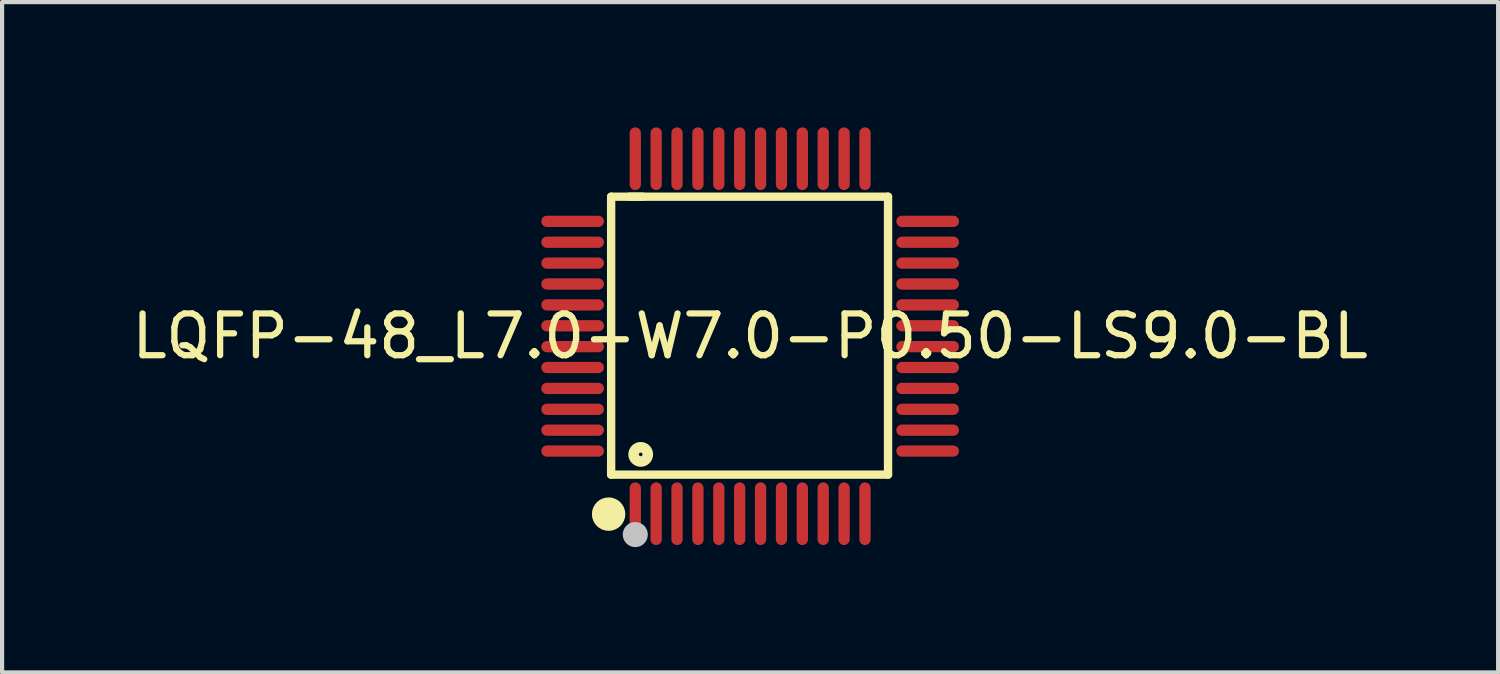
<source format=kicad_pcb>
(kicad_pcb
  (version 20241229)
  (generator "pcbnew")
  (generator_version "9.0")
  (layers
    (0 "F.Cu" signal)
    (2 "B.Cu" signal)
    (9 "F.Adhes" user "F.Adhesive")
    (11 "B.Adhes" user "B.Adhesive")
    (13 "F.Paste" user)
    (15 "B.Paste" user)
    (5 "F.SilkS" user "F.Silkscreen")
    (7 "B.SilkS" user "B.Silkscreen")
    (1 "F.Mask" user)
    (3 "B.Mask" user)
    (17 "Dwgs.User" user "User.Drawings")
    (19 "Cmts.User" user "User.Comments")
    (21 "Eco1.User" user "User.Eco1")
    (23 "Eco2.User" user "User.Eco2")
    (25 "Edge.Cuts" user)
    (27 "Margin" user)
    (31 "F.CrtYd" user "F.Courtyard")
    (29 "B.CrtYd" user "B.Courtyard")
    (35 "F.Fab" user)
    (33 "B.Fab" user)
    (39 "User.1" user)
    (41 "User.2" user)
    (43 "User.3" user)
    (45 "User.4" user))
  (footprint "LQFP-48_L7.0-W7.0-P0.50-LS9.0-BL"
    (layer "F.Cu")
    (at 14.911 5)
    (property "Reference" "LQFP-48_L7.0-W7.0-P0.50-LS9.0-BL" (at 0 0 0) (layer "F.SilkS") (effects (font (size 1 1) (thickness 0.15))))
    (fp_line (start -3.328 -3.34) (end -2.566 -3.34) (stroke (width 0.2) (type default)) (layer "F.SilkS"))
    (fp_line (start -3.328 3.314) (end -3.328 -3.34) (stroke (width 0.2) (type default)) (layer "F.SilkS"))
    (fp_line (start -2.896 -3.34) (end 3.302 -3.34) (stroke (width 0.2) (type default)) (layer "F.SilkS"))
    (fp_line (start 3.302 -3.34) (end 3.302 3.314) (stroke (width 0.2) (type default)) (layer "F.SilkS"))
    (fp_line (start 3.302 3.314) (end -3.328 3.314) (stroke (width 0.2) (type default)) (layer "F.SilkS"))
    (fp_arc (start -3.3875 4.06) (mid -3.38825 4.460002) (end -3.39 4.06) (stroke (width 0.4) (type default)) (layer "F.SilkS"))
    (fp_circle (center -2.62 2.83) (end -2.45 2.83) (stroke (width 0.254) (type default)) (fill no) (layer "F.SilkS"))
    (fp_circle (center -2.75 4.75) (end -2.6 4.75) (stroke (width 0.3) (type default)) (fill no) (layer "Dwgs.User"))
    (fp_poly (pts (xy -4.5 -2.865) (xy -3.8 -2.865) (xy -3.8 -2.635) (xy -4.5 -2.635)) (stroke (width 0.1) (type default)) (fill no) (layer "User.1"))
    (fp_poly (pts (xy -4.5 -2.365) (xy -3.8 -2.365) (xy -3.8 -2.135) (xy -4.5 -2.135)) (stroke (width 0.1) (type default)) (fill no) (layer "User.1"))
    (fp_poly (pts (xy -4.5 -1.865) (xy -3.8 -1.865) (xy -3.8 -1.635) (xy -4.5 -1.635)) (stroke (width 0.1) (type default)) (fill no) (layer "User.1"))
    (fp_poly (pts (xy -4.5 -1.365) (xy -3.8 -1.365) (xy -3.8 -1.135) (xy -4.5 -1.135)) (stroke (width 0.1) (type default)) (fill no) (layer "User.1"))
    (fp_poly (pts (xy -4.5 -0.865) (xy -3.8 -0.865) (xy -3.8 -0.635) (xy -4.5 -0.635)) (stroke (width 0.1) (type default)) (fill no) (layer "User.1"))
    (fp_poly (pts (xy -4.5 -0.365) (xy -3.8 -0.365) (xy -3.8 -0.135) (xy -4.5 -0.135)) (stroke (width 0.1) (type default)) (fill no) (layer "User.1"))
    (fp_poly (pts (xy -4.5 0.135) (xy -3.8 0.135) (xy -3.8 0.365) (xy -4.5 0.365)) (stroke (width 0.1) (type default)) (fill no) (layer "User.1"))
    (fp_poly (pts (xy -4.5 0.635) (xy -3.8 0.635) (xy -3.8 0.865) (xy -4.5 0.865)) (stroke (width 0.1) (type default)) (fill no) (layer "User.1"))
    (fp_poly (pts (xy -4.5 1.135) (xy -3.8 1.135) (xy -3.8 1.365) (xy -4.5 1.365)) (stroke (width 0.1) (type default)) (fill no) (layer "User.1"))
    (fp_poly (pts (xy -4.5 1.635) (xy -3.8 1.635) (xy -3.8 1.865) (xy -4.5 1.865)) (stroke (width 0.1) (type default)) (fill no) (layer "User.1"))
    (fp_poly (pts (xy -4.5 2.135) (xy -3.8 2.135) (xy -3.8 2.365) (xy -4.5 2.365)) (stroke (width 0.1) (type default)) (fill no) (layer "User.1"))
    (fp_poly (pts (xy -4.5 2.635) (xy -3.8 2.635) (xy -3.8 2.865) (xy -4.5 2.865)) (stroke (width 0.1) (type default)) (fill no) (layer "User.1"))
    (fp_poly (pts (xy -3.81 -2.865) (xy -3.49 -2.865) (xy -3.49 -2.635) (xy -3.81 -2.635)) (stroke (width 0.1) (type default)) (fill no) (layer "User.1"))
    (fp_poly (pts (xy -3.81 -2.365) (xy -3.49 -2.365) (xy -3.49 -2.135) (xy -3.81 -2.135)) (stroke (width 0.1) (type default)) (fill no) (layer "User.1"))
    (fp_poly (pts (xy -3.81 -1.865) (xy -3.49 -1.865) (xy -3.49 -1.635) (xy -3.81 -1.635)) (stroke (width 0.1) (type default)) (fill no) (layer "User.1"))
    (fp_poly (pts (xy -3.81 -1.365) (xy -3.49 -1.365) (xy -3.49 -1.135) (xy -3.81 -1.135)) (stroke (width 0.1) (type default)) (fill no) (layer "User.1"))
    (fp_poly (pts (xy -3.81 -0.865) (xy -3.49 -0.865) (xy -3.49 -0.635) (xy -3.81 -0.635)) (stroke (width 0.1) (type default)) (fill no) (layer "User.1"))
    (fp_poly (pts (xy -3.81 -0.365) (xy -3.49 -0.365) (xy -3.49 -0.135) (xy -3.81 -0.135)) (stroke (width 0.1) (type default)) (fill no) (layer "User.1"))
    (fp_poly (pts (xy -3.81 0.135) (xy -3.49 0.135) (xy -3.49 0.365) (xy -3.81 0.365)) (stroke (width 0.1) (type default)) (fill no) (layer "User.1"))
    (fp_poly (pts (xy -3.81 0.635) (xy -3.49 0.635) (xy -3.49 0.865) (xy -3.81 0.865)) (stroke (width 0.1) (type default)) (fill no) (layer "User.1"))
    (fp_poly (pts (xy -3.81 1.135) (xy -3.49 1.135) (xy -3.49 1.365) (xy -3.81 1.365)) (stroke (width 0.1) (type default)) (fill no) (layer "User.1"))
    (fp_poly (pts (xy -3.81 1.635) (xy -3.49 1.635) (xy -3.49 1.865) (xy -3.81 1.865)) (stroke (width 0.1) (type default)) (fill no) (layer "User.1"))
    (fp_poly (pts (xy -3.81 2.135) (xy -3.49 2.135) (xy -3.49 2.365) (xy -3.81 2.365)) (stroke (width 0.1) (type default)) (fill no) (layer "User.1"))
    (fp_poly (pts (xy -3.81 2.635) (xy -3.49 2.635) (xy -3.49 2.865) (xy -3.81 2.865)) (stroke (width 0.1) (type default)) (fill no) (layer "User.1"))
    (fp_poly (pts (xy -2.865 3.81) (xy -2.865 3.49) (xy -2.635 3.49) (xy -2.635 3.81)) (stroke (width 0.1) (type default)) (fill no) (layer "User.1"))
    (fp_poly (pts (xy -2.865 4.5) (xy -2.865 3.8) (xy -2.635 3.8) (xy -2.635 4.5)) (stroke (width 0.1) (type default)) (fill no) (layer "User.1"))
    (fp_poly (pts (xy -2.635 -4.5) (xy -2.635 -3.8) (xy -2.865 -3.8) (xy -2.865 -4.5)) (stroke (width 0.1) (type default)) (fill no) (layer "User.1"))
    (fp_poly (pts (xy -2.635 -3.81) (xy -2.635 -3.49) (xy -2.865 -3.49) (xy -2.865 -3.81)) (stroke (width 0.1) (type default)) (fill no) (layer "User.1"))
    (fp_poly (pts (xy -2.365 3.81) (xy -2.365 3.49) (xy -2.135 3.49) (xy -2.135 3.81)) (stroke (width 0.1) (type default)) (fill no) (layer "User.1"))
    (fp_poly (pts (xy -2.365 4.5) (xy -2.365 3.8) (xy -2.135 3.8) (xy -2.135 4.5)) (stroke (width 0.1) (type default)) (fill no) (layer "User.1"))
    (fp_poly (pts (xy -2.135 -4.5) (xy -2.135 -3.8) (xy -2.365 -3.8) (xy -2.365 -4.5)) (stroke (width 0.1) (type default)) (fill no) (layer "User.1"))
    (fp_poly (pts (xy -2.135 -3.81) (xy -2.135 -3.49) (xy -2.365 -3.49) (xy -2.365 -3.81)) (stroke (width 0.1) (type default)) (fill no) (layer "User.1"))
    (fp_poly (pts (xy -1.865 3.81) (xy -1.865 3.49) (xy -1.635 3.49) (xy -1.635 3.81)) (stroke (width 0.1) (type default)) (fill no) (layer "User.1"))
    (fp_poly (pts (xy -1.865 4.5) (xy -1.865 3.8) (xy -1.635 3.8) (xy -1.635 4.5)) (stroke (width 0.1) (type default)) (fill no) (layer "User.1"))
    (fp_poly (pts (xy -1.635 -4.5) (xy -1.635 -3.8) (xy -1.865 -3.8) (xy -1.865 -4.5)) (stroke (width 0.1) (type default)) (fill no) (layer "User.1"))
    (fp_poly (pts (xy -1.635 -3.81) (xy -1.635 -3.49) (xy -1.865 -3.49) (xy -1.865 -3.81)) (stroke (width 0.1) (type default)) (fill no) (layer "User.1"))
    (fp_poly (pts (xy -1.365 3.81) (xy -1.365 3.49) (xy -1.135 3.49) (xy -1.135 3.81)) (stroke (width 0.1) (type default)) (fill no) (layer "User.1"))
    (fp_poly (pts (xy -1.365 4.5) (xy -1.365 3.8) (xy -1.135 3.8) (xy -1.135 4.5)) (stroke (width 0.1) (type default)) (fill no) (layer "User.1"))
    (fp_poly (pts (xy -1.135 -4.5) (xy -1.135 -3.8) (xy -1.365 -3.8) (xy -1.365 -4.5)) (stroke (width 0.1) (type default)) (fill no) (layer "User.1"))
    (fp_poly (pts (xy -1.135 -3.81) (xy -1.135 -3.49) (xy -1.365 -3.49) (xy -1.365 -3.81)) (stroke (width 0.1) (type default)) (fill no) (layer "User.1"))
    (fp_poly (pts (xy -0.865 3.81) (xy -0.865 3.49) (xy -0.635 3.49) (xy -0.635 3.81)) (stroke (width 0.1) (type default)) (fill no) (layer "User.1"))
    (fp_poly (pts (xy -0.865 4.5) (xy -0.865 3.8) (xy -0.635 3.8) (xy -0.635 4.5)) (stroke (width 0.1) (type default)) (fill no) (layer "User.1"))
    (fp_poly (pts (xy -0.635 -4.5) (xy -0.635 -3.8) (xy -0.865 -3.8) (xy -0.865 -4.5)) (stroke (width 0.1) (type default)) (fill no) (layer "User.1"))
    (fp_poly (pts (xy -0.635 -3.81) (xy -0.635 -3.49) (xy -0.865 -3.49) (xy -0.865 -3.81)) (stroke (width 0.1) (type default)) (fill no) (layer "User.1"))
    (fp_poly (pts (xy -0.365 3.81) (xy -0.365 3.49) (xy -0.135 3.49) (xy -0.135 3.81)) (stroke (width 0.1) (type default)) (fill no) (layer "User.1"))
    (fp_poly (pts (xy -0.365 4.5) (xy -0.365 3.8) (xy -0.135 3.8) (xy -0.135 4.5)) (stroke (width 0.1) (type default)) (fill no) (layer "User.1"))
    (fp_poly (pts (xy -0.135 -4.5) (xy -0.135 -3.8) (xy -0.365 -3.8) (xy -0.365 -4.5)) (stroke (width 0.1) (type default)) (fill no) (layer "User.1"))
    (fp_poly (pts (xy -0.135 -3.81) (xy -0.135 -3.49) (xy -0.365 -3.49) (xy -0.365 -3.81)) (stroke (width 0.1) (type default)) (fill no) (layer "User.1"))
    (fp_poly (pts (xy 0.135 3.81) (xy 0.135 3.49) (xy 0.365 3.49) (xy 0.365 3.81)) (stroke (width 0.1) (type default)) (fill no) (layer "User.1"))
    (fp_poly (pts (xy 0.135 4.5) (xy 0.135 3.8) (xy 0.365 3.8) (xy 0.365 4.5)) (stroke (width 0.1) (type default)) (fill no) (layer "User.1"))
    (fp_poly (pts (xy 0.365 -4.5) (xy 0.365 -3.8) (xy 0.135 -3.8) (xy 0.135 -4.5)) (stroke (width 0.1) (type default)) (fill no) (layer "User.1"))
    (fp_poly (pts (xy 0.365 -3.81) (xy 0.365 -3.49) (xy 0.135 -3.49) (xy 0.135 -3.81)) (stroke (width 0.1) (type default)) (fill no) (layer "User.1"))
    (fp_poly (pts (xy 0.635 3.81) (xy 0.635 3.49) (xy 0.865 3.49) (xy 0.865 3.81)) (stroke (width 0.1) (type default)) (fill no) (layer "User.1"))
    (fp_poly (pts (xy 0.635 4.5) (xy 0.635 3.8) (xy 0.865 3.8) (xy 0.865 4.5)) (stroke (width 0.1) (type default)) (fill no) (layer "User.1"))
    (fp_poly (pts (xy 0.865 -4.5) (xy 0.865 -3.8) (xy 0.635 -3.8) (xy 0.635 -4.5)) (stroke (width 0.1) (type default)) (fill no) (layer "User.1"))
    (fp_poly (pts (xy 0.865 -3.81) (xy 0.865 -3.49) (xy 0.635 -3.49) (xy 0.635 -3.81)) (stroke (width 0.1) (type default)) (fill no) (layer "User.1"))
    (fp_poly (pts (xy 1.135 3.81) (xy 1.135 3.49) (xy 1.365 3.49) (xy 1.365 3.81)) (stroke (width 0.1) (type default)) (fill no) (layer "User.1"))
    (fp_poly (pts (xy 1.135 4.5) (xy 1.135 3.8) (xy 1.365 3.8) (xy 1.365 4.5)) (stroke (width 0.1) (type default)) (fill no) (layer "User.1"))
    (fp_poly (pts (xy 1.365 -4.5) (xy 1.365 -3.8) (xy 1.135 -3.8) (xy 1.135 -4.5)) (stroke (width 0.1) (type default)) (fill no) (layer "User.1"))
    (fp_poly (pts (xy 1.365 -3.81) (xy 1.365 -3.49) (xy 1.135 -3.49) (xy 1.135 -3.81)) (stroke (width 0.1) (type default)) (fill no) (layer "User.1"))
    (fp_poly (pts (xy 1.635 3.81) (xy 1.635 3.49) (xy 1.865 3.49) (xy 1.865 3.81)) (stroke (width 0.1) (type default)) (fill no) (layer "User.1"))
    (fp_poly (pts (xy 1.635 4.5) (xy 1.635 3.8) (xy 1.865 3.8) (xy 1.865 4.5)) (stroke (width 0.1) (type default)) (fill no) (layer "User.1"))
    (fp_poly (pts (xy 1.865 -4.5) (xy 1.865 -3.8) (xy 1.635 -3.8) (xy 1.635 -4.5)) (stroke (width 0.1) (type default)) (fill no) (layer "User.1"))
    (fp_poly (pts (xy 1.865 -3.81) (xy 1.865 -3.49) (xy 1.635 -3.49) (xy 1.635 -3.81)) (stroke (width 0.1) (type default)) (fill no) (layer "User.1"))
    (fp_poly (pts (xy 2.135 3.81) (xy 2.135 3.49) (xy 2.365 3.49) (xy 2.365 3.81)) (stroke (width 0.1) (type default)) (fill no) (layer "User.1"))
    (fp_poly (pts (xy 2.135 4.5) (xy 2.135 3.8) (xy 2.365 3.8) (xy 2.365 4.5)) (stroke (width 0.1) (type default)) (fill no) (layer "User.1"))
    (fp_poly (pts (xy 2.365 -4.5) (xy 2.365 -3.8) (xy 2.135 -3.8) (xy 2.135 -4.5)) (stroke (width 0.1) (type default)) (fill no) (layer "User.1"))
    (fp_poly (pts (xy 2.365 -3.81) (xy 2.365 -3.49) (xy 2.135 -3.49) (xy 2.135 -3.81)) (stroke (width 0.1) (type default)) (fill no) (layer "User.1"))
    (fp_poly (pts (xy 2.635 3.81) (xy 2.635 3.49) (xy 2.865 3.49) (xy 2.865 3.81)) (stroke (width 0.1) (type default)) (fill no) (layer "User.1"))
    (fp_poly (pts (xy 2.635 4.5) (xy 2.635 3.8) (xy 2.865 3.8) (xy 2.865 4.5)) (stroke (width 0.1) (type default)) (fill no) (layer "User.1"))
    (fp_poly (pts (xy 2.865 -4.5) (xy 2.865 -3.8) (xy 2.635 -3.8) (xy 2.635 -4.5)) (stroke (width 0.1) (type default)) (fill no) (layer "User.1"))
    (fp_poly (pts (xy 2.865 -3.81) (xy 2.865 -3.49) (xy 2.635 -3.49) (xy 2.635 -3.81)) (stroke (width 0.1) (type default)) (fill no) (layer "User.1"))
    (fp_poly (pts (xy 3.81 -2.635) (xy 3.49 -2.635) (xy 3.49 -2.865) (xy 3.81 -2.865)) (stroke (width 0.1) (type default)) (fill no) (layer "User.1"))
    (fp_poly (pts (xy 3.81 -2.135) (xy 3.49 -2.135) (xy 3.49 -2.365) (xy 3.81 -2.365)) (stroke (width 0.1) (type default)) (fill no) (layer "User.1"))
    (fp_poly (pts (xy 3.81 -1.635) (xy 3.49 -1.635) (xy 3.49 -1.865) (xy 3.81 -1.865)) (stroke (width 0.1) (type default)) (fill no) (layer "User.1"))
    (fp_poly (pts (xy 3.81 -1.135) (xy 3.49 -1.135) (xy 3.49 -1.365) (xy 3.81 -1.365)) (stroke (width 0.1) (type default)) (fill no) (layer "User.1"))
    (fp_poly (pts (xy 3.81 -0.635) (xy 3.49 -0.635) (xy 3.49 -0.865) (xy 3.81 -0.865)) (stroke (width 0.1) (type default)) (fill no) (layer "User.1"))
    (fp_poly (pts (xy 3.81 -0.135) (xy 3.49 -0.135) (xy 3.49 -0.365) (xy 3.81 -0.365)) (stroke (width 0.1) (type default)) (fill no) (layer "User.1"))
    (fp_poly (pts (xy 3.81 0.365) (xy 3.49 0.365) (xy 3.49 0.135) (xy 3.81 0.135)) (stroke (width 0.1) (type default)) (fill no) (layer "User.1"))
    (fp_poly (pts (xy 3.81 0.865) (xy 3.49 0.865) (xy 3.49 0.635) (xy 3.81 0.635)) (stroke (width 0.1) (type default)) (fill no) (layer "User.1"))
    (fp_poly (pts (xy 3.81 1.365) (xy 3.49 1.365) (xy 3.49 1.135) (xy 3.81 1.135)) (stroke (width 0.1) (type default)) (fill no) (layer "User.1"))
    (fp_poly (pts (xy 3.81 1.865) (xy 3.49 1.865) (xy 3.49 1.635) (xy 3.81 1.635)) (stroke (width 0.1) (type default)) (fill no) (layer "User.1"))
    (fp_poly (pts (xy 3.81 2.365) (xy 3.49 2.365) (xy 3.49 2.135) (xy 3.81 2.135)) (stroke (width 0.1) (type default)) (fill no) (layer "User.1"))
    (fp_poly (pts (xy 3.81 2.865) (xy 3.49 2.865) (xy 3.49 2.635) (xy 3.81 2.635)) (stroke (width 0.1) (type default)) (fill no) (layer "User.1"))
    (fp_poly (pts (xy 4.5 -2.635) (xy 3.8 -2.635) (xy 3.8 -2.865) (xy 4.5 -2.865)) (stroke (width 0.1) (type default)) (fill no) (layer "User.1"))
    (fp_poly (pts (xy 4.5 -2.135) (xy 3.8 -2.135) (xy 3.8 -2.365) (xy 4.5 -2.365)) (stroke (width 0.1) (type default)) (fill no) (layer "User.1"))
    (fp_poly (pts (xy 4.5 -1.635) (xy 3.8 -1.635) (xy 3.8 -1.865) (xy 4.5 -1.865)) (stroke (width 0.1) (type default)) (fill no) (layer "User.1"))
    (fp_poly (pts (xy 4.5 -1.135) (xy 3.8 -1.135) (xy 3.8 -1.365) (xy 4.5 -1.365)) (stroke (width 0.1) (type default)) (fill no) (layer "User.1"))
    (fp_poly (pts (xy 4.5 -0.635) (xy 3.8 -0.635) (xy 3.8 -0.865) (xy 4.5 -0.865)) (stroke (width 0.1) (type default)) (fill no) (layer "User.1"))
    (fp_poly (pts (xy 4.5 -0.135) (xy 3.8 -0.135) (xy 3.8 -0.365) (xy 4.5 -0.365)) (stroke (width 0.1) (type default)) (fill no) (layer "User.1"))
    (fp_poly (pts (xy 4.5 0.365) (xy 3.8 0.365) (xy 3.8 0.135) (xy 4.5 0.135)) (stroke (width 0.1) (type default)) (fill no) (layer "User.1"))
    (fp_poly (pts (xy 4.5 0.865) (xy 3.8 0.865) (xy 3.8 0.635) (xy 4.5 0.635)) (stroke (width 0.1) (type default)) (fill no) (layer "User.1"))
    (fp_poly (pts (xy 4.5 1.365) (xy 3.8 1.365) (xy 3.8 1.135) (xy 4.5 1.135)) (stroke (width 0.1) (type default)) (fill no) (layer "User.1"))
    (fp_poly (pts (xy 4.5 1.865) (xy 3.8 1.865) (xy 3.8 1.635) (xy 4.5 1.635)) (stroke (width 0.1) (type default)) (fill no) (layer "User.1"))
    (fp_poly (pts (xy 4.5 2.365) (xy 3.8 2.365) (xy 3.8 2.135) (xy 4.5 2.135)) (stroke (width 0.1) (type default)) (fill no) (layer "User.1"))
    (fp_poly (pts (xy 4.5 2.865) (xy 3.8 2.865) (xy 3.8 2.635) (xy 4.5 2.635)) (stroke (width 0.1) (type default)) (fill no) (layer "User.1"))
    (fp_line (start -3.5 -3.5) (end 3.5 -3.5) (stroke (width 0.051) (type default)) (layer "User.2"))
    (fp_line (start -3.5 3.5) (end -3.5 -3.5) (stroke (width 0.051) (type default)) (layer "User.2"))
    (fp_line (start 3.5 -3.5) (end 3.5 3.5) (stroke (width 0.051) (type default)) (layer "User.2"))
    (fp_line (start 3.5 3.5) (end -3.5 3.5) (stroke (width 0.051) (type default)) (layer "User.2"))
    (fp_poly (pts (xy -4.445 4.477) (xy -4.477 4.445) (xy -4.523 4.445) (xy -4.555 4.477) (xy -4.555 4.523) (xy -4.523 4.555) (xy -4.477 4.555) (xy -4.445 4.523)) (stroke (width 0.1) (type default)) (fill no) (layer "User.3"))
    (pad "1" smd oval (at -2.75 4.25) (size 0.27 1.5) (layers "F.Cu" "F.Mask" "F.Paste"))
    (pad "2" smd oval (at -2.25 4.25) (size 0.27 1.5) (layers "F.Cu" "F.Mask" "F.Paste"))
    (pad "3" smd oval (at -1.75 4.25) (size 0.27 1.5) (layers "F.Cu" "F.Mask" "F.Paste"))
    (pad "4" smd oval (at -1.25 4.25) (size 0.27 1.5) (layers "F.Cu" "F.Mask" "F.Paste"))
    (pad "5" smd oval (at -0.75 4.25) (size 0.27 1.5) (layers "F.Cu" "F.Mask" "F.Paste"))
    (pad "6" smd oval (at -0.25 4.25) (size 0.27 1.5) (layers "F.Cu" "F.Mask" "F.Paste"))
    (pad "7" smd oval (at 0.25 4.25) (size 0.27 1.5) (layers "F.Cu" "F.Mask" "F.Paste"))
    (pad "8" smd oval (at 0.75 4.25) (size 0.27 1.5) (layers "F.Cu" "F.Mask" "F.Paste"))
    (pad "9" smd oval (at 1.25 4.25) (size 0.27 1.5) (layers "F.Cu" "F.Mask" "F.Paste"))
    (pad "10" smd oval (at 1.75 4.25) (size 0.27 1.5) (layers "F.Cu" "F.Mask" "F.Paste"))
    (pad "11" smd oval (at 2.25 4.25) (size 0.27 1.5) (layers "F.Cu" "F.Mask" "F.Paste"))
    (pad "12" smd oval (at 2.75 4.25) (size 0.27 1.5) (layers "F.Cu" "F.Mask" "F.Paste"))
    (pad "13" smd oval (at 4.25 2.75) (size 1.5 0.27) (layers "F.Cu" "F.Mask" "F.Paste"))
    (pad "14" smd oval (at 4.25 2.25) (size 1.5 0.27) (layers "F.Cu" "F.Mask" "F.Paste"))
    (pad "15" smd oval (at 4.25 1.75) (size 1.5 0.27) (layers "F.Cu" "F.Mask" "F.Paste"))
    (pad "16" smd oval (at 4.25 1.25) (size 1.5 0.27) (layers "F.Cu" "F.Mask" "F.Paste"))
    (pad "17" smd oval (at 4.25 0.75) (size 1.5 0.27) (layers "F.Cu" "F.Mask" "F.Paste"))
    (pad "18" smd oval (at 4.25 0.25) (size 1.5 0.27) (layers "F.Cu" "F.Mask" "F.Paste"))
    (pad "19" smd oval (at 4.25 -0.25) (size 1.5 0.27) (layers "F.Cu" "F.Mask" "F.Paste"))
    (pad "20" smd oval (at 4.25 -0.75) (size 1.5 0.27) (layers "F.Cu" "F.Mask" "F.Paste"))
    (pad "21" smd oval (at 4.25 -1.25) (size 1.5 0.27) (layers "F.Cu" "F.Mask" "F.Paste"))
    (pad "22" smd oval (at 4.25 -1.75) (size 1.5 0.27) (layers "F.Cu" "F.Mask" "F.Paste"))
    (pad "23" smd oval (at 4.25 -2.25) (size 1.5 0.27) (layers "F.Cu" "F.Mask" "F.Paste"))
    (pad "24" smd oval (at 4.25 -2.75) (size 1.5 0.27) (layers "F.Cu" "F.Mask" "F.Paste"))
    (pad "25" smd oval (at 2.75 -4.25) (size 0.27 1.5) (layers "F.Cu" "F.Mask" "F.Paste"))
    (pad "26" smd oval (at 2.25 -4.25) (size 0.27 1.5) (layers "F.Cu" "F.Mask" "F.Paste"))
    (pad "27" smd oval (at 1.75 -4.25) (size 0.27 1.5) (layers "F.Cu" "F.Mask" "F.Paste"))
    (pad "28" smd oval (at 1.25 -4.25) (size 0.27 1.5) (layers "F.Cu" "F.Mask" "F.Paste"))
    (pad "29" smd oval (at 0.75 -4.25) (size 0.27 1.5) (layers "F.Cu" "F.Mask" "F.Paste"))
    (pad "30" smd oval (at 0.25 -4.25) (size 0.27 1.5) (layers "F.Cu" "F.Mask" "F.Paste"))
    (pad "31" smd oval (at -0.25 -4.25) (size 0.27 1.5) (layers "F.Cu" "F.Mask" "F.Paste"))
    (pad "32" smd oval (at -0.75 -4.25) (size 0.27 1.5) (layers "F.Cu" "F.Mask" "F.Paste"))
    (pad "33" smd oval (at -1.25 -4.25) (size 0.27 1.5) (layers "F.Cu" "F.Mask" "F.Paste"))
    (pad "34" smd oval (at -1.75 -4.25) (size 0.27 1.5) (layers "F.Cu" "F.Mask" "F.Paste"))
    (pad "35" smd oval (at -2.25 -4.25) (size 0.27 1.5) (layers "F.Cu" "F.Mask" "F.Paste"))
    (pad "36" smd oval (at -2.75 -4.25) (size 0.27 1.5) (layers "F.Cu" "F.Mask" "F.Paste"))
    (pad "37" smd oval (at -4.25 -2.75) (size 1.5 0.27) (layers "F.Cu" "F.Mask" "F.Paste"))
    (pad "38" smd oval (at -4.25 -2.25) (size 1.5 0.27) (layers "F.Cu" "F.Mask" "F.Paste"))
    (pad "39" smd oval (at -4.25 -1.75) (size 1.5 0.27) (layers "F.Cu" "F.Mask" "F.Paste"))
    (pad "40" smd oval (at -4.25 -1.25) (size 1.5 0.27) (layers "F.Cu" "F.Mask" "F.Paste"))
    (pad "41" smd oval (at -4.25 -0.75) (size 1.5 0.27) (layers "F.Cu" "F.Mask" "F.Paste"))
    (pad "42" smd oval (at -4.25 -0.25) (size 1.5 0.27) (layers "F.Cu" "F.Mask" "F.Paste"))
    (pad "43" smd oval (at -4.25 0.25) (size 1.5 0.27) (layers "F.Cu" "F.Mask" "F.Paste"))
    (pad "44" smd oval (at -4.25 0.75) (size 1.5 0.27) (layers "F.Cu" "F.Mask" "F.Paste"))
    (pad "45" smd oval (at -4.25 1.25) (size 1.5 0.27) (layers "F.Cu" "F.Mask" "F.Paste"))
    (pad "46" smd oval (at -4.25 1.75) (size 1.5 0.27) (layers "F.Cu" "F.Mask" "F.Paste"))
    (pad "47" smd oval (at -4.25 2.25) (size 1.5 0.27) (layers "F.Cu" "F.Mask" "F.Paste"))
    (pad "48" smd oval (at -4.25 2.75) (size 1.5 0.27) (layers "F.Cu" "F.Mask" "F.Paste")))
  (gr_rect
    (start -3 -3)
    (end 32.821 13.05)
    (stroke (width 0.1) (type default))
    (fill no)
    (layer "Edge.Cuts")))
</source>
